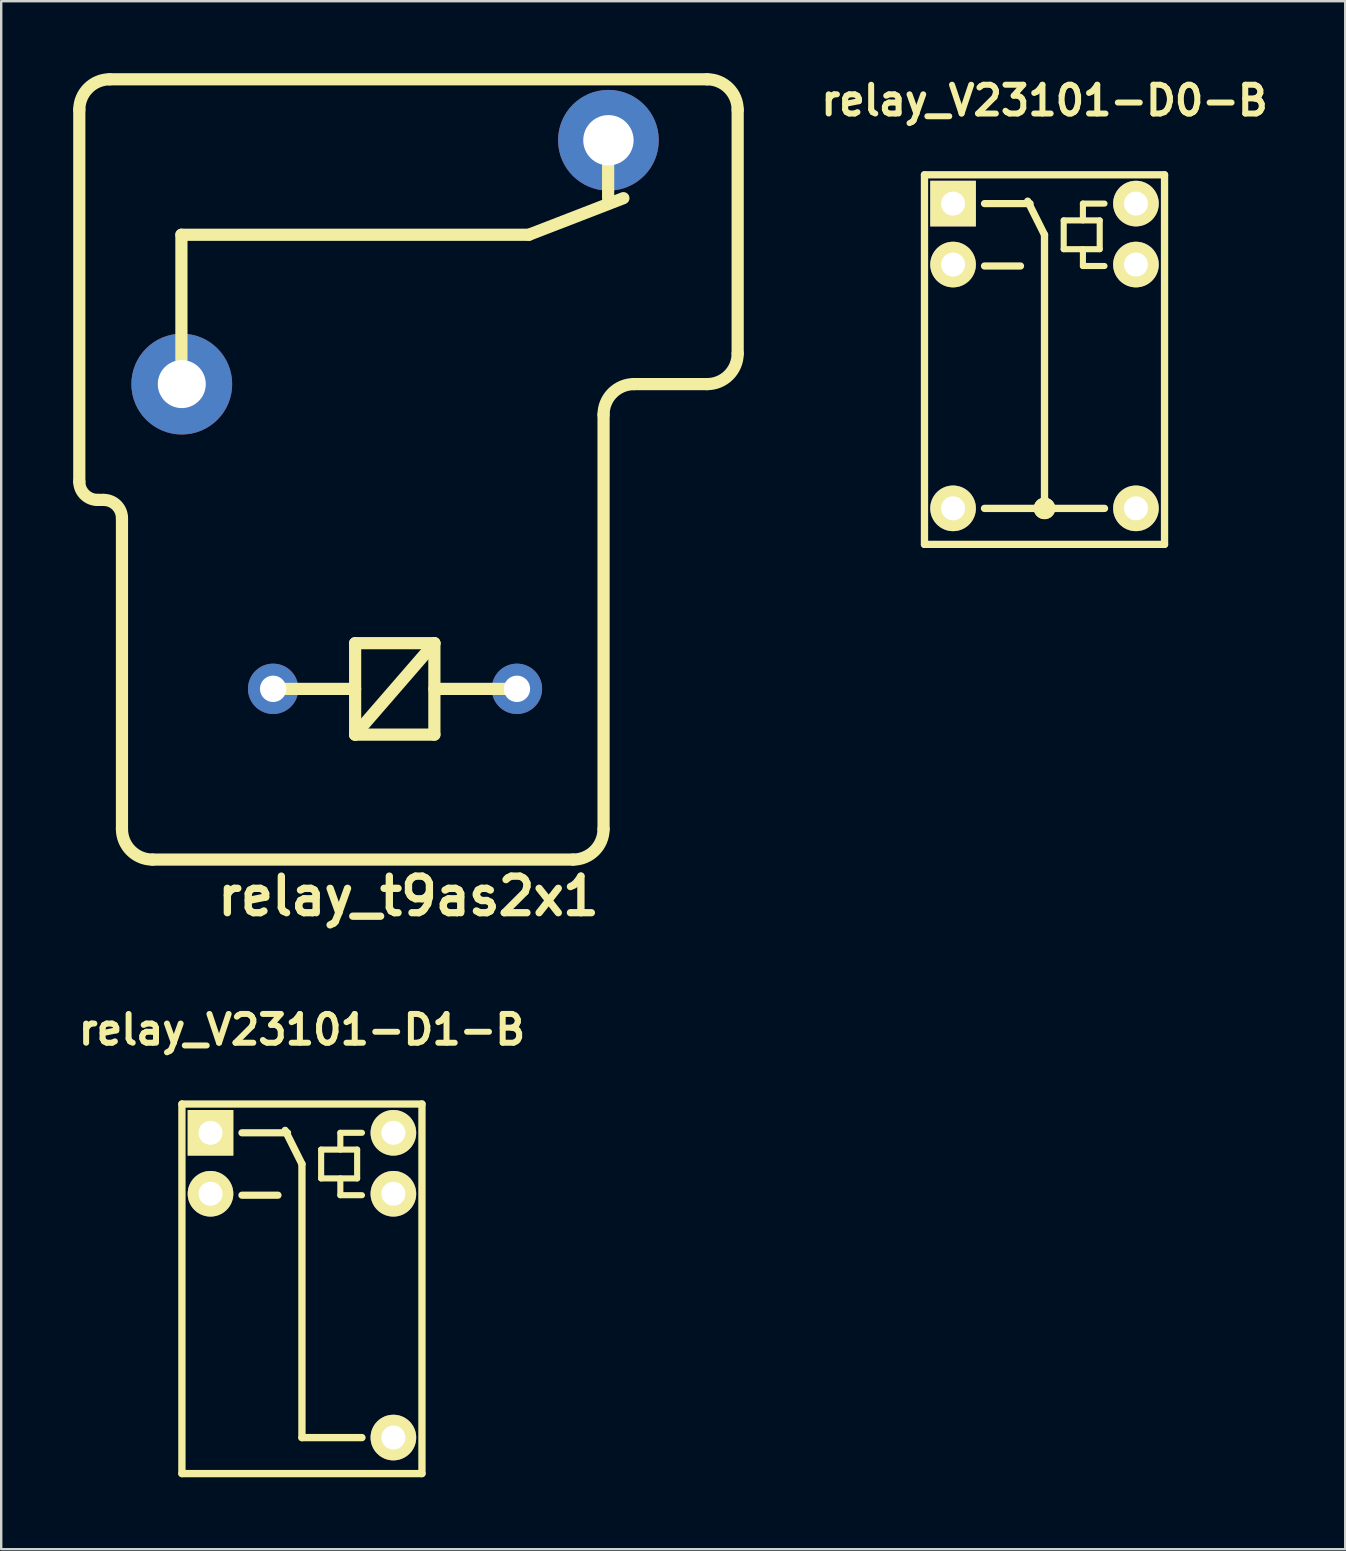
<source format=kicad_pcb>
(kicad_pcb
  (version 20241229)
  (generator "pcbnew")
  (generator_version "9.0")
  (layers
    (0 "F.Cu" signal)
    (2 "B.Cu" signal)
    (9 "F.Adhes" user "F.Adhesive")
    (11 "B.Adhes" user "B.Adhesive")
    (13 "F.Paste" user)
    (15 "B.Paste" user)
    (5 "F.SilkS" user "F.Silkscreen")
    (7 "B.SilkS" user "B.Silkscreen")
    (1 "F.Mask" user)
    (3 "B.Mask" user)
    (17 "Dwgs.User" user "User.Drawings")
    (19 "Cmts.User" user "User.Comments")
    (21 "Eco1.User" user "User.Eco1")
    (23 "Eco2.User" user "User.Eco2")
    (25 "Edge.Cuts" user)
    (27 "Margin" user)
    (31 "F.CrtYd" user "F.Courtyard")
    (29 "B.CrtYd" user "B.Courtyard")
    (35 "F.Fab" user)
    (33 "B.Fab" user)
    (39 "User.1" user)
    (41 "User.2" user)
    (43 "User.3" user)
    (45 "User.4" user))
  (footprint "relay_V23101-D0-B"
    (layer "F.Cu")
    (at 40.471 11.933)
    (property "Reference" "relay_V23101-D0-B" (at 0 -10.795 0) (layer "F.SilkS") (effects (font (size 1.199 1.199) (thickness 0.249))))
    (attr through_hole)
    (fp_line (start -5.001 -7.699) (end 5.001 -7.699) (stroke (width 0.305) (type solid)) (layer "F.SilkS"))
    (fp_line (start -5.001 7.699) (end -5.001 -7.699) (stroke (width 0.305) (type solid)) (layer "F.SilkS"))
    (fp_line (start -2.5 -3.9) (end -1 -3.9) (stroke (width 0.3) (type solid)) (layer "F.SilkS"))
    (fp_line (start -2.5 6.2) (end 2.5 6.2) (stroke (width 0.305) (type solid)) (layer "F.SilkS"))
    (fp_line (start -0.6 -6.5) (end -2.5 -6.5) (stroke (width 0.3) (type solid)) (layer "F.SilkS"))
    (fp_line (start 0 -5.2) (end -0.7 -6.6) (stroke (width 0.305) (type solid)) (layer "F.SilkS"))
    (fp_line (start 0 -5.2) (end 0 6.2) (stroke (width 0.305) (type solid)) (layer "F.SilkS"))
    (fp_line (start 0.8 -5.8) (end 0.8 -4.6) (stroke (width 0.254) (type solid)) (layer "F.SilkS"))
    (fp_line (start 0.8 -4.6) (end 2.3 -4.6) (stroke (width 0.254) (type solid)) (layer "F.SilkS"))
    (fp_line (start 1.6 -6.5) (end 1.6 -5.8) (stroke (width 0.254) (type solid)) (layer "F.SilkS"))
    (fp_line (start 1.6 -6.5) (end 2.5 -6.5) (stroke (width 0.254) (type solid)) (layer "F.SilkS"))
    (fp_line (start 1.6 -4.6) (end 1.6 -3.9) (stroke (width 0.254) (type solid)) (layer "F.SilkS"))
    (fp_line (start 1.6 -3.9) (end 2.5 -3.9) (stroke (width 0.254) (type solid)) (layer "F.SilkS"))
    (fp_line (start 2.3 -5.8) (end 0.8 -5.8) (stroke (width 0.254) (type solid)) (layer "F.SilkS"))
    (fp_line (start 2.3 -4.6) (end 2.3 -5.8) (stroke (width 0.254) (type solid)) (layer "F.SilkS"))
    (fp_line (start 5.001 -7.699) (end 5.001 7.699) (stroke (width 0.305) (type solid)) (layer "F.SilkS"))
    (fp_line (start 5.001 7.699) (end -5.001 7.699) (stroke (width 0.305) (type solid)) (layer "F.SilkS"))
    (fp_circle (center 0 6.2) (end 0.3 6.2) (stroke (width 0.305) (type solid)) (fill no) (layer "F.SilkS"))
    (fp_circle (center 0 6.2) (end -0.099 6.299) (stroke (width 0.305) (type solid)) (fill no) (layer "F.SilkS"))
    (pad "1" thru_hole rect (at -3.81 -6.5) (size 1.9 1.9) (drill 1) (layers "*.Cu" "*.Mask" "F.SilkS"))
    (pad "2" thru_hole circle (at -3.81 -3.96) (size 1.9 1.9) (drill 1) (layers "*.Cu" "*.Mask" "F.SilkS"))
    (pad "6" thru_hole circle (at -3.81 6.198) (size 1.9 1.9) (drill 1) (layers "*.Cu" "*.Mask" "F.SilkS"))
    (pad "7" thru_hole circle (at 3.81 6.198) (size 1.9 1.9) (drill 1) (layers "*.Cu" "*.Mask" "F.SilkS"))
    (pad "11" thru_hole circle (at 3.81 -3.96) (size 1.9 1.9) (drill 1) (layers "*.Cu" "*.Mask" "F.SilkS"))
    (pad "12" thru_hole circle (at 3.81 -6.5) (size 1.9 1.9) (drill 1) (layers "*.Cu" "*.Mask" "F.SilkS")))
  (footprint "relay_t9as2x1"
    (layer "F.Cu")
    (at 13.97 16.51)
    (property "Reference" "relay_t9as2x1" (at 0 17.78 0) (layer "F.SilkS") (effects (font (size 1.524 1.524) (thickness 0.305))))
    (attr through_hole)
    (fp_line (start -13.716 -14.986) (end -13.716 0.508) (stroke (width 0.508) (type solid)) (layer "F.SilkS"))
    (fp_line (start -12.954 1.27) (end -12.7 1.27) (stroke (width 0.508) (type solid)) (layer "F.SilkS"))
    (fp_line (start -11.938 2.032) (end -11.938 14.986) (stroke (width 0.508) (type solid)) (layer "F.SilkS"))
    (fp_line (start -10.668 16.256) (end 6.858 16.256) (stroke (width 0.508) (type solid)) (layer "F.SilkS"))
    (fp_line (start -9.461 -9.779) (end -9.461 -3.556) (stroke (width 0.508) (type solid)) (layer "F.SilkS"))
    (fp_line (start -9.461 -3.556) (end -9.461 -3.619) (stroke (width 0.508) (type solid)) (layer "F.SilkS"))
    (fp_line (start -2.223 7.239) (end 1.079 7.239) (stroke (width 0.508) (type solid)) (layer "F.SilkS"))
    (fp_line (start -2.223 9.144) (end -5.715 9.144) (stroke (width 0.508) (type solid)) (layer "F.SilkS"))
    (fp_line (start -2.223 11.049) (end -2.223 7.239) (stroke (width 0.508) (type solid)) (layer "F.SilkS"))
    (fp_line (start -2.223 11.049) (end 1.079 7.239) (stroke (width 0.508) (type solid)) (layer "F.SilkS"))
    (fp_line (start 1.079 7.239) (end 1.079 11.049) (stroke (width 0.508) (type solid)) (layer "F.SilkS"))
    (fp_line (start 1.079 11.049) (end -2.223 11.049) (stroke (width 0.508) (type solid)) (layer "F.SilkS"))
    (fp_line (start 4.572 9.144) (end 1.079 9.144) (stroke (width 0.508) (type solid)) (layer "F.SilkS"))
    (fp_line (start 5.016 -9.779) (end -9.461 -9.779) (stroke (width 0.508) (type solid)) (layer "F.SilkS"))
    (fp_line (start 5.016 -9.779) (end 8.954 -11.303) (stroke (width 0.508) (type solid)) (layer "F.SilkS"))
    (fp_line (start 8.128 14.986) (end 8.128 -2.286) (stroke (width 0.508) (type solid)) (layer "F.SilkS"))
    (fp_line (start 8.319 -13.716) (end 8.319 -11.303) (stroke (width 0.508) (type solid)) (layer "F.SilkS"))
    (fp_line (start 9.398 -3.556) (end 12.446 -3.556) (stroke (width 0.508) (type solid)) (layer "F.SilkS"))
    (fp_line (start 12.446 -16.256) (end -12.446 -16.256) (stroke (width 0.508) (type solid)) (layer "F.SilkS"))
    (fp_line (start 13.716 -4.826) (end 13.716 -14.986) (stroke (width 0.508) (type solid)) (layer "F.SilkS"))
    (fp_arc (start -13.716 -14.986) (mid -13.344026 -15.884026) (end -12.446 -16.256) (stroke (width 0.508) (type solid)) (layer "F.SilkS"))
    (fp_arc (start -12.954 1.27) (mid -13.492815 1.046815) (end -13.716 0.508) (stroke (width 0.508) (type solid)) (layer "F.SilkS"))
    (fp_arc (start -12.7 1.27) (mid -12.161185 1.493185) (end -11.938 2.032) (stroke (width 0.508) (type solid)) (layer "F.SilkS"))
    (fp_arc (start -10.668 16.256) (mid -11.566026 15.884026) (end -11.938 14.986) (stroke (width 0.508) (type solid)) (layer "F.SilkS"))
    (fp_arc (start 8.128 -2.286) (mid 8.499974 -3.184026) (end 9.398 -3.556) (stroke (width 0.508) (type solid)) (layer "F.SilkS"))
    (fp_arc (start 8.128 14.986) (mid 7.756026 15.884026) (end 6.858 16.256) (stroke (width 0.508) (type solid)) (layer "F.SilkS"))
    (fp_arc (start 12.446 -16.256) (mid 13.344026 -15.884026) (end 13.716 -14.986) (stroke (width 0.508) (type solid)) (layer "F.SilkS"))
    (fp_arc (start 13.716 -4.826) (mid 13.344026 -3.927974) (end 12.446 -3.556) (stroke (width 0.508) (type solid)) (layer "F.SilkS"))
    (pad "1" thru_hole circle (at -5.639 9.141) (size 2.098 2.098) (drill 1.1) (layers "*.Cu" "*.Mask"))
    (pad "2" thru_hole circle (at 4.519 9.141) (size 2.098 2.098) (drill 1.1) (layers "*.Cu" "*.Mask"))
    (pad "3" thru_hole circle (at -9.446 -3.556) (size 4.199 4.199) (drill 1.999) (layers "*.Cu" "*.Mask"))
    (pad "5" thru_hole circle (at 8.331 -13.716) (size 4.196 4.196) (drill 2.098) (layers "*.Cu" "*.Mask")))
  (footprint "relay_V23101-D1-B"
    (layer "F.Cu")
    (at 9.531 50.65)
    (property "Reference" "relay_V23101-D1-B" (at 0 -10.795 0) (layer "F.SilkS") (effects (font (size 1.199 1.199) (thickness 0.249))))
    (attr through_hole)
    (fp_line (start -5.001 -7.699) (end 5.001 -7.699) (stroke (width 0.305) (type solid)) (layer "F.SilkS"))
    (fp_line (start -5.001 7.699) (end -5.001 -7.699) (stroke (width 0.305) (type solid)) (layer "F.SilkS"))
    (fp_line (start -2.5 -3.9) (end -1 -3.9) (stroke (width 0.3) (type solid)) (layer "F.SilkS"))
    (fp_line (start -0.6 -6.5) (end -2.5 -6.5) (stroke (width 0.3) (type solid)) (layer "F.SilkS"))
    (fp_line (start 0 -5.2) (end -0.7 -6.6) (stroke (width 0.305) (type solid)) (layer "F.SilkS"))
    (fp_line (start 0 -5.2) (end 0 6.2) (stroke (width 0.305) (type solid)) (layer "F.SilkS"))
    (fp_line (start 0 6.2) (end 2.5 6.2) (stroke (width 0.305) (type solid)) (layer "F.SilkS"))
    (fp_line (start 0.8 -5.8) (end 0.8 -4.6) (stroke (width 0.254) (type solid)) (layer "F.SilkS"))
    (fp_line (start 0.8 -4.6) (end 2.3 -4.6) (stroke (width 0.254) (type solid)) (layer "F.SilkS"))
    (fp_line (start 1.6 -6.5) (end 1.6 -5.8) (stroke (width 0.254) (type solid)) (layer "F.SilkS"))
    (fp_line (start 1.6 -6.5) (end 2.5 -6.5) (stroke (width 0.254) (type solid)) (layer "F.SilkS"))
    (fp_line (start 1.6 -4.6) (end 1.6 -3.9) (stroke (width 0.254) (type solid)) (layer "F.SilkS"))
    (fp_line (start 1.6 -3.9) (end 2.5 -3.9) (stroke (width 0.254) (type solid)) (layer "F.SilkS"))
    (fp_line (start 2.3 -5.8) (end 0.8 -5.8) (stroke (width 0.254) (type solid)) (layer "F.SilkS"))
    (fp_line (start 2.3 -4.6) (end 2.3 -5.8) (stroke (width 0.254) (type solid)) (layer "F.SilkS"))
    (fp_line (start 5.001 -7.699) (end 5.001 7.699) (stroke (width 0.305) (type solid)) (layer "F.SilkS"))
    (fp_line (start 5.001 7.699) (end -5.001 7.699) (stroke (width 0.305) (type solid)) (layer "F.SilkS"))
    (pad "1" thru_hole rect (at -3.81 -6.5) (size 1.9 1.9) (drill 1) (layers "*.Cu" "*.Mask" "F.SilkS"))
    (pad "2" thru_hole circle (at -3.81 -3.96) (size 1.9 1.9) (drill 1) (layers "*.Cu" "*.Mask" "F.SilkS"))
    (pad "7" thru_hole circle (at 3.81 6.198) (size 1.9 1.9) (drill 1) (layers "*.Cu" "*.Mask" "F.SilkS"))
    (pad "11" thru_hole circle (at 3.81 -3.96) (size 1.9 1.9) (drill 1) (layers "*.Cu" "*.Mask" "F.SilkS"))
    (pad "12" thru_hole circle (at 3.81 -6.5) (size 1.9 1.9) (drill 1) (layers "*.Cu" "*.Mask" "F.SilkS")))
  (gr_rect
    (start -3 -3)
    (end 53.001 61.501)
    (stroke (width 0.1) (type default))
    (fill no)
    (layer "Edge.Cuts")))
</source>
